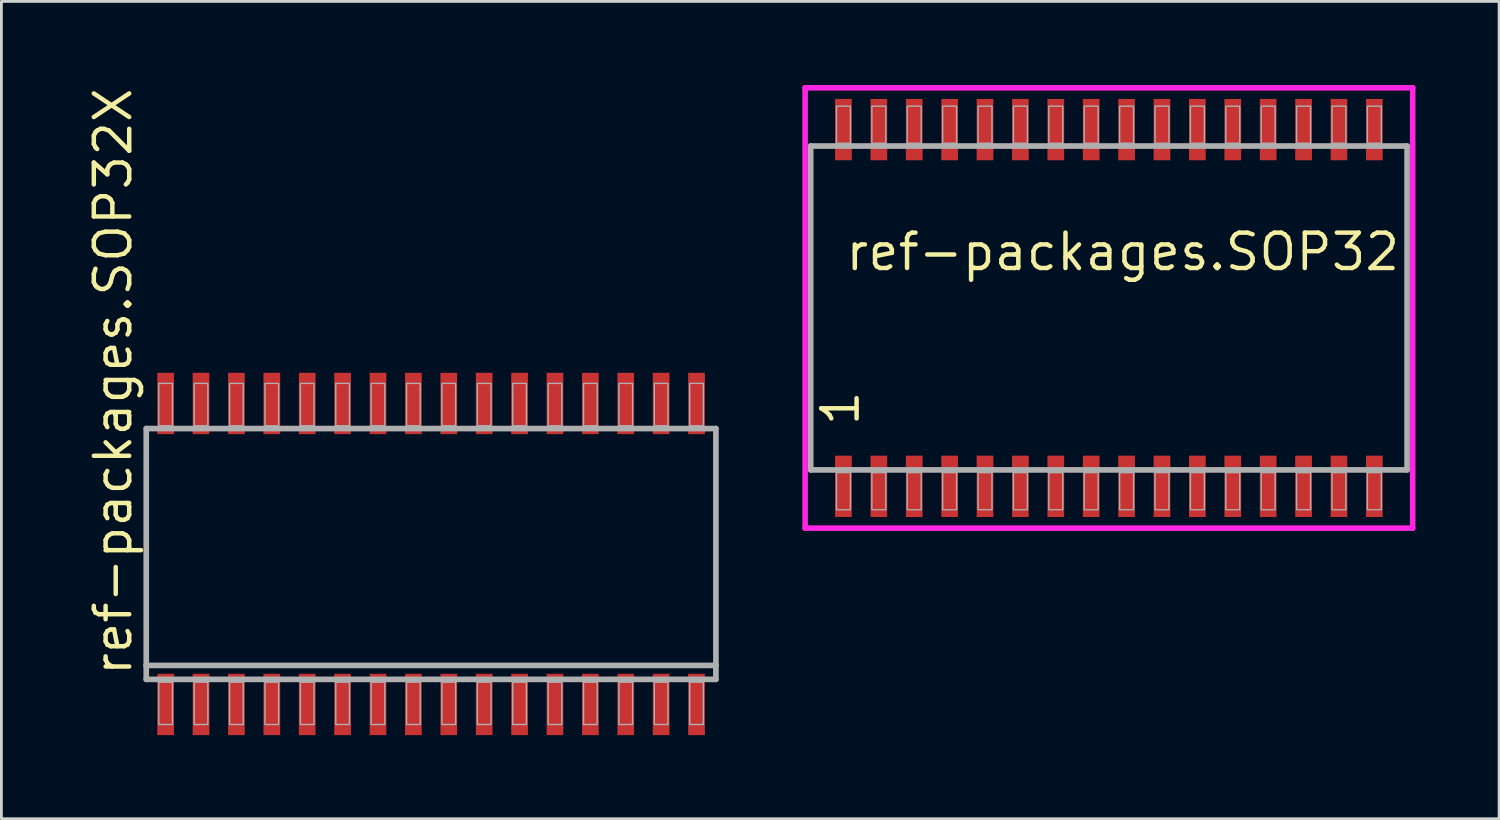
<source format=kicad_pcb>
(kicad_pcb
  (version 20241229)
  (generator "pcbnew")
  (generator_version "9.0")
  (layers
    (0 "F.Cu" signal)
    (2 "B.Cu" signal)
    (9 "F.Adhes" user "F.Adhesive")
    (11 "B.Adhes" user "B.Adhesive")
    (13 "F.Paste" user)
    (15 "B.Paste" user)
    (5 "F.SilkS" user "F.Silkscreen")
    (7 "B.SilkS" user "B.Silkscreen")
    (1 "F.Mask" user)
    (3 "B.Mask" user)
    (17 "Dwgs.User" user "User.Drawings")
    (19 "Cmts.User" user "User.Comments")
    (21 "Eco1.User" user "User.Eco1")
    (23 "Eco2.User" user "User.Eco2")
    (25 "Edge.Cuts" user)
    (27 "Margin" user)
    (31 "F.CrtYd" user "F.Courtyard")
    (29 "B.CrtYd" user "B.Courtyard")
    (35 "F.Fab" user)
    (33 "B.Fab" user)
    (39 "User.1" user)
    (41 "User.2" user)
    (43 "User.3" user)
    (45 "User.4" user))
  (footprint "ref-packages.SOP32"
    (layer "F.Cu")
    (at 36.739 8)
    (property "Reference" "ref-packages.SOP32" (at -9.525 -1.27 0) (layer "F.SilkS") (effects (font (size 1.27 1.27) (thickness 0.16)) (justify left bottom)))
    (attr smd)
    (fp_line (start -10.9 -7.9) (end 10.9 -7.9) (stroke (width 0.2) (type default)) (layer "F.CrtYd"))
    (fp_line (start -10.9 7.9) (end -10.9 -7.9) (stroke (width 0.2) (type default)) (layer "F.CrtYd"))
    (fp_line (start 10.9 -7.9) (end 10.9 7.9) (stroke (width 0.2) (type default)) (layer "F.CrtYd"))
    (fp_line (start 10.9 7.9) (end -10.9 7.9) (stroke (width 0.2) (type default)) (layer "F.CrtYd"))
    (fp_line (start -10.7 -5.81) (end 10.7 -5.81) (stroke (width 0.203) (type default)) (layer "F.Fab"))
    (fp_line (start -10.7 5.81) (end -10.7 -5.81) (stroke (width 0.203) (type default)) (layer "F.Fab"))
    (fp_line (start 10.7 -5.81) (end 10.7 5.81) (stroke (width 0.203) (type default)) (layer "F.Fab"))
    (fp_line (start 10.7 5.81) (end -10.7 5.81) (stroke (width 0.203) (type default)) (layer "F.Fab"))
    (fp_rect (start -9.775 -5.91) (end -9.275 -7.24) (stroke (width 0.05) (type default)) (fill no) (layer "F.Fab"))
    (fp_rect (start -9.775 7.24) (end -9.275 5.91) (stroke (width 0.05) (type default)) (fill no) (layer "F.Fab"))
    (fp_rect (start -8.505 -5.91) (end -8.005 -7.24) (stroke (width 0.05) (type default)) (fill no) (layer "F.Fab"))
    (fp_rect (start -8.505 7.24) (end -8.005 5.91) (stroke (width 0.05) (type default)) (fill no) (layer "F.Fab"))
    (fp_rect (start -7.235 -5.91) (end -6.735 -7.24) (stroke (width 0.05) (type default)) (fill no) (layer "F.Fab"))
    (fp_rect (start -7.235 7.24) (end -6.735 5.91) (stroke (width 0.05) (type default)) (fill no) (layer "F.Fab"))
    (fp_rect (start -5.965 -5.91) (end -5.465 -7.24) (stroke (width 0.05) (type default)) (fill no) (layer "F.Fab"))
    (fp_rect (start -5.965 7.24) (end -5.465 5.91) (stroke (width 0.05) (type default)) (fill no) (layer "F.Fab"))
    (fp_rect (start -4.695 -5.91) (end -4.195 -7.24) (stroke (width 0.05) (type default)) (fill no) (layer "F.Fab"))
    (fp_rect (start -4.695 7.24) (end -4.195 5.91) (stroke (width 0.05) (type default)) (fill no) (layer "F.Fab"))
    (fp_rect (start -3.425 -5.91) (end -2.925 -7.24) (stroke (width 0.05) (type default)) (fill no) (layer "F.Fab"))
    (fp_rect (start -3.425 7.24) (end -2.925 5.91) (stroke (width 0.05) (type default)) (fill no) (layer "F.Fab"))
    (fp_rect (start -2.155 -5.91) (end -1.655 -7.24) (stroke (width 0.05) (type default)) (fill no) (layer "F.Fab"))
    (fp_rect (start -2.155 7.24) (end -1.655 5.91) (stroke (width 0.05) (type default)) (fill no) (layer "F.Fab"))
    (fp_rect (start -0.885 -5.91) (end -0.385 -7.24) (stroke (width 0.05) (type default)) (fill no) (layer "F.Fab"))
    (fp_rect (start -0.885 7.24) (end -0.385 5.91) (stroke (width 0.05) (type default)) (fill no) (layer "F.Fab"))
    (fp_rect (start 0.385 -5.91) (end 0.885 -7.24) (stroke (width 0.05) (type default)) (fill no) (layer "F.Fab"))
    (fp_rect (start 0.385 7.24) (end 0.885 5.91) (stroke (width 0.05) (type default)) (fill no) (layer "F.Fab"))
    (fp_rect (start 1.655 -5.91) (end 2.155 -7.24) (stroke (width 0.05) (type default)) (fill no) (layer "F.Fab"))
    (fp_rect (start 1.655 7.24) (end 2.155 5.91) (stroke (width 0.05) (type default)) (fill no) (layer "F.Fab"))
    (fp_rect (start 2.925 -5.91) (end 3.425 -7.24) (stroke (width 0.05) (type default)) (fill no) (layer "F.Fab"))
    (fp_rect (start 2.925 7.24) (end 3.425 5.91) (stroke (width 0.05) (type default)) (fill no) (layer "F.Fab"))
    (fp_rect (start 4.195 -5.91) (end 4.695 -7.24) (stroke (width 0.05) (type default)) (fill no) (layer "F.Fab"))
    (fp_rect (start 4.195 7.24) (end 4.695 5.91) (stroke (width 0.05) (type default)) (fill no) (layer "F.Fab"))
    (fp_rect (start 5.465 -5.91) (end 5.965 -7.24) (stroke (width 0.05) (type default)) (fill no) (layer "F.Fab"))
    (fp_rect (start 5.465 7.24) (end 5.965 5.91) (stroke (width 0.05) (type default)) (fill no) (layer "F.Fab"))
    (fp_rect (start 6.735 -5.91) (end 7.235 -7.24) (stroke (width 0.05) (type default)) (fill no) (layer "F.Fab"))
    (fp_rect (start 6.735 7.24) (end 7.235 5.91) (stroke (width 0.05) (type default)) (fill no) (layer "F.Fab"))
    (fp_rect (start 8.005 -5.91) (end 8.505 -7.24) (stroke (width 0.05) (type default)) (fill no) (layer "F.Fab"))
    (fp_rect (start 8.005 7.24) (end 8.505 5.91) (stroke (width 0.05) (type default)) (fill no) (layer "F.Fab"))
    (fp_rect (start 9.275 -5.91) (end 9.775 -7.24) (stroke (width 0.05) (type default)) (fill no) (layer "F.Fab"))
    (fp_rect (start 9.275 7.24) (end 9.775 5.91) (stroke (width 0.05) (type default)) (fill no) (layer "F.Fab"))
    (fp_text user "1" (at -8.89 4.31 90) (layer "F.SilkS") (effects (font (size 1.27 1.27) (thickness 0.16)) (justify left bottom)))
    (pad "1" smd roundrect (at -9.525 6.4) (size 0.6 2.2) (layers "F.Cu" "F.Mask" "F.Paste") (roundrect_rratio 0.01))
    (pad "2" smd roundrect (at -8.255 6.4) (size 0.6 2.2) (layers "F.Cu" "F.Mask" "F.Paste") (roundrect_rratio 0.01))
    (pad "3" smd roundrect (at -6.985 6.4) (size 0.6 2.2) (layers "F.Cu" "F.Mask" "F.Paste") (roundrect_rratio 0.01))
    (pad "4" smd roundrect (at -5.715 6.4) (size 0.6 2.2) (layers "F.Cu" "F.Mask" "F.Paste") (roundrect_rratio 0.01))
    (pad "5" smd roundrect (at -4.445 6.4) (size 0.6 2.2) (layers "F.Cu" "F.Mask" "F.Paste") (roundrect_rratio 0.01))
    (pad "6" smd roundrect (at -3.175 6.4) (size 0.6 2.2) (layers "F.Cu" "F.Mask" "F.Paste") (roundrect_rratio 0.01))
    (pad "7" smd roundrect (at -1.905 6.4) (size 0.6 2.2) (layers "F.Cu" "F.Mask" "F.Paste") (roundrect_rratio 0.01))
    (pad "8" smd roundrect (at -0.635 6.4) (size 0.6 2.2) (layers "F.Cu" "F.Mask" "F.Paste") (roundrect_rratio 0.01))
    (pad "9" smd roundrect (at 0.635 6.4) (size 0.6 2.2) (layers "F.Cu" "F.Mask" "F.Paste") (roundrect_rratio 0.01))
    (pad "10" smd roundrect (at 1.905 6.4) (size 0.6 2.2) (layers "F.Cu" "F.Mask" "F.Paste") (roundrect_rratio 0.01))
    (pad "11" smd roundrect (at 3.175 6.4) (size 0.6 2.2) (layers "F.Cu" "F.Mask" "F.Paste") (roundrect_rratio 0.01))
    (pad "12" smd roundrect (at 4.445 6.4) (size 0.6 2.2) (layers "F.Cu" "F.Mask" "F.Paste") (roundrect_rratio 0.01))
    (pad "13" smd roundrect (at 5.715 6.4) (size 0.6 2.2) (layers "F.Cu" "F.Mask" "F.Paste") (roundrect_rratio 0.01))
    (pad "14" smd roundrect (at 6.985 6.4) (size 0.6 2.2) (layers "F.Cu" "F.Mask" "F.Paste") (roundrect_rratio 0.01))
    (pad "15" smd roundrect (at 8.255 6.4) (size 0.6 2.2) (layers "F.Cu" "F.Mask" "F.Paste") (roundrect_rratio 0.01))
    (pad "16" smd roundrect (at 9.525 6.4) (size 0.6 2.2) (layers "F.Cu" "F.Mask" "F.Paste") (roundrect_rratio 0.01))
    (pad "17" smd roundrect (at 9.525 -6.4) (size 0.6 2.2) (layers "F.Cu" "F.Mask" "F.Paste") (roundrect_rratio 0.01))
    (pad "18" smd roundrect (at 8.255 -6.4) (size 0.6 2.2) (layers "F.Cu" "F.Mask" "F.Paste") (roundrect_rratio 0.01))
    (pad "19" smd roundrect (at 6.985 -6.4) (size 0.6 2.2) (layers "F.Cu" "F.Mask" "F.Paste") (roundrect_rratio 0.01))
    (pad "20" smd roundrect (at 5.715 -6.4) (size 0.6 2.2) (layers "F.Cu" "F.Mask" "F.Paste") (roundrect_rratio 0.01))
    (pad "21" smd roundrect (at 4.445 -6.4) (size 0.6 2.2) (layers "F.Cu" "F.Mask" "F.Paste") (roundrect_rratio 0.01))
    (pad "22" smd roundrect (at 3.175 -6.4) (size 0.6 2.2) (layers "F.Cu" "F.Mask" "F.Paste") (roundrect_rratio 0.01))
    (pad "23" smd roundrect (at 1.905 -6.4) (size 0.6 2.2) (layers "F.Cu" "F.Mask" "F.Paste") (roundrect_rratio 0.01))
    (pad "24" smd roundrect (at 0.635 -6.4) (size 0.6 2.2) (layers "F.Cu" "F.Mask" "F.Paste") (roundrect_rratio 0.01))
    (pad "25" smd roundrect (at -0.635 -6.4) (size 0.6 2.2) (layers "F.Cu" "F.Mask" "F.Paste") (roundrect_rratio 0.01))
    (pad "26" smd roundrect (at -1.905 -6.4) (size 0.6 2.2) (layers "F.Cu" "F.Mask" "F.Paste") (roundrect_rratio 0.01))
    (pad "27" smd roundrect (at -3.175 -6.4) (size 0.6 2.2) (layers "F.Cu" "F.Mask" "F.Paste") (roundrect_rratio 0.01))
    (pad "28" smd roundrect (at -4.445 -6.4) (size 0.6 2.2) (layers "F.Cu" "F.Mask" "F.Paste") (roundrect_rratio 0.01))
    (pad "29" smd roundrect (at -5.715 -6.4) (size 0.6 2.2) (layers "F.Cu" "F.Mask" "F.Paste") (roundrect_rratio 0.01))
    (pad "30" smd roundrect (at -6.985 -6.4) (size 0.6 2.2) (layers "F.Cu" "F.Mask" "F.Paste") (roundrect_rratio 0.01))
    (pad "31" smd roundrect (at -8.255 -6.4) (size 0.6 2.2) (layers "F.Cu" "F.Mask" "F.Paste") (roundrect_rratio 0.01))
    (pad "32" smd roundrect (at -9.525 -6.4) (size 0.6 2.2) (layers "F.Cu" "F.Mask" "F.Paste") (roundrect_rratio 0.01)))
  (footprint "ref-packages.SOP32X"
    (layer "F.Cu")
    (at 12.418 16.827)
    (property "Reference" "ref-packages.SOP32X" (at -10.668 4.445 90) (layer "F.SilkS") (effects (font (size 1.27 1.27) (thickness 0.16)) (justify left bottom)))
    (attr smd)
    (fp_line (start -10.22 -4.5) (end 10.22 -4.5) (stroke (width 0.203) (type default)) (layer "F.Fab"))
    (fp_line (start -10.22 4) (end -10.22 -4.5) (stroke (width 0.203) (type default)) (layer "F.Fab"))
    (fp_line (start -10.22 4.5) (end -10.22 4) (stroke (width 0.203) (type default)) (layer "F.Fab"))
    (fp_line (start 10.22 -4.5) (end 10.22 4) (stroke (width 0.203) (type default)) (layer "F.Fab"))
    (fp_line (start 10.22 4) (end -10.22 4) (stroke (width 0.203) (type default)) (layer "F.Fab"))
    (fp_line (start 10.22 4) (end 10.22 4.5) (stroke (width 0.203) (type default)) (layer "F.Fab"))
    (fp_line (start 10.22 4.5) (end -10.22 4.5) (stroke (width 0.203) (type default)) (layer "F.Fab"))
    (fp_rect (start -9.77 -4.6) (end -9.28 -6.12) (stroke (width 0.05) (type default)) (fill no) (layer "F.Fab"))
    (fp_rect (start -9.77 6.12) (end -9.28 4.6) (stroke (width 0.05) (type default)) (fill no) (layer "F.Fab"))
    (fp_rect (start -8.5 -4.6) (end -8.01 -6.12) (stroke (width 0.05) (type default)) (fill no) (layer "F.Fab"))
    (fp_rect (start -8.5 6.12) (end -8.01 4.6) (stroke (width 0.05) (type default)) (fill no) (layer "F.Fab"))
    (fp_rect (start -7.23 -4.6) (end -6.74 -6.12) (stroke (width 0.05) (type default)) (fill no) (layer "F.Fab"))
    (fp_rect (start -7.23 6.12) (end -6.74 4.6) (stroke (width 0.05) (type default)) (fill no) (layer "F.Fab"))
    (fp_rect (start -5.96 -4.6) (end -5.47 -6.12) (stroke (width 0.05) (type default)) (fill no) (layer "F.Fab"))
    (fp_rect (start -5.96 6.12) (end -5.47 4.6) (stroke (width 0.05) (type default)) (fill no) (layer "F.Fab"))
    (fp_rect (start -4.69 -4.6) (end -4.2 -6.12) (stroke (width 0.05) (type default)) (fill no) (layer "F.Fab"))
    (fp_rect (start -4.69 6.12) (end -4.2 4.6) (stroke (width 0.05) (type default)) (fill no) (layer "F.Fab"))
    (fp_rect (start -3.42 -4.6) (end -2.93 -6.12) (stroke (width 0.05) (type default)) (fill no) (layer "F.Fab"))
    (fp_rect (start -3.42 6.12) (end -2.93 4.6) (stroke (width 0.05) (type default)) (fill no) (layer "F.Fab"))
    (fp_rect (start -2.15 -4.6) (end -1.66 -6.12) (stroke (width 0.05) (type default)) (fill no) (layer "F.Fab"))
    (fp_rect (start -2.15 6.12) (end -1.66 4.6) (stroke (width 0.05) (type default)) (fill no) (layer "F.Fab"))
    (fp_rect (start -0.88 -4.6) (end -0.39 -6.12) (stroke (width 0.05) (type default)) (fill no) (layer "F.Fab"))
    (fp_rect (start -0.88 6.12) (end -0.39 4.6) (stroke (width 0.05) (type default)) (fill no) (layer "F.Fab"))
    (fp_rect (start 0.39 -4.6) (end 0.88 -6.12) (stroke (width 0.05) (type default)) (fill no) (layer "F.Fab"))
    (fp_rect (start 0.39 6.12) (end 0.88 4.6) (stroke (width 0.05) (type default)) (fill no) (layer "F.Fab"))
    (fp_rect (start 1.66 -4.6) (end 2.15 -6.12) (stroke (width 0.05) (type default)) (fill no) (layer "F.Fab"))
    (fp_rect (start 1.66 6.12) (end 2.15 4.6) (stroke (width 0.05) (type default)) (fill no) (layer "F.Fab"))
    (fp_rect (start 2.93 -4.6) (end 3.42 -6.12) (stroke (width 0.05) (type default)) (fill no) (layer "F.Fab"))
    (fp_rect (start 2.93 6.12) (end 3.42 4.6) (stroke (width 0.05) (type default)) (fill no) (layer "F.Fab"))
    (fp_rect (start 4.2 -4.6) (end 4.69 -6.12) (stroke (width 0.05) (type default)) (fill no) (layer "F.Fab"))
    (fp_rect (start 4.2 6.12) (end 4.69 4.6) (stroke (width 0.05) (type default)) (fill no) (layer "F.Fab"))
    (fp_rect (start 5.47 -4.6) (end 5.96 -6.12) (stroke (width 0.05) (type default)) (fill no) (layer "F.Fab"))
    (fp_rect (start 5.47 6.12) (end 5.96 4.6) (stroke (width 0.05) (type default)) (fill no) (layer "F.Fab"))
    (fp_rect (start 6.74 -4.6) (end 7.23 -6.12) (stroke (width 0.05) (type default)) (fill no) (layer "F.Fab"))
    (fp_rect (start 6.74 6.12) (end 7.23 4.6) (stroke (width 0.05) (type default)) (fill no) (layer "F.Fab"))
    (fp_rect (start 8.01 -4.6) (end 8.5 -6.12) (stroke (width 0.05) (type default)) (fill no) (layer "F.Fab"))
    (fp_rect (start 8.01 6.12) (end 8.5 4.6) (stroke (width 0.05) (type default)) (fill no) (layer "F.Fab"))
    (fp_rect (start 9.28 -4.6) (end 9.77 -6.12) (stroke (width 0.05) (type default)) (fill no) (layer "F.Fab"))
    (fp_rect (start 9.28 6.12) (end 9.77 4.6) (stroke (width 0.05) (type default)) (fill no) (layer "F.Fab"))
    (pad "1" smd roundrect (at -9.525 5.4) (size 0.6 2.2) (layers "F.Cu" "F.Mask" "F.Paste") (roundrect_rratio 0.01))
    (pad "2" smd roundrect (at -8.255 5.4) (size 0.6 2.2) (layers "F.Cu" "F.Mask" "F.Paste") (roundrect_rratio 0.01))
    (pad "3" smd roundrect (at -6.985 5.4) (size 0.6 2.2) (layers "F.Cu" "F.Mask" "F.Paste") (roundrect_rratio 0.01))
    (pad "4" smd roundrect (at -5.715 5.4) (size 0.6 2.2) (layers "F.Cu" "F.Mask" "F.Paste") (roundrect_rratio 0.01))
    (pad "5" smd roundrect (at -4.445 5.4) (size 0.6 2.2) (layers "F.Cu" "F.Mask" "F.Paste") (roundrect_rratio 0.01))
    (pad "6" smd roundrect (at -3.175 5.4) (size 0.6 2.2) (layers "F.Cu" "F.Mask" "F.Paste") (roundrect_rratio 0.01))
    (pad "7" smd roundrect (at -1.905 5.4) (size 0.6 2.2) (layers "F.Cu" "F.Mask" "F.Paste") (roundrect_rratio 0.01))
    (pad "8" smd roundrect (at -0.635 5.4) (size 0.6 2.2) (layers "F.Cu" "F.Mask" "F.Paste") (roundrect_rratio 0.01))
    (pad "9" smd roundrect (at 0.635 5.4) (size 0.6 2.2) (layers "F.Cu" "F.Mask" "F.Paste") (roundrect_rratio 0.01))
    (pad "10" smd roundrect (at 1.905 5.4) (size 0.6 2.2) (layers "F.Cu" "F.Mask" "F.Paste") (roundrect_rratio 0.01))
    (pad "11" smd roundrect (at 3.175 5.4) (size 0.6 2.2) (layers "F.Cu" "F.Mask" "F.Paste") (roundrect_rratio 0.01))
    (pad "12" smd roundrect (at 4.445 5.4) (size 0.6 2.2) (layers "F.Cu" "F.Mask" "F.Paste") (roundrect_rratio 0.01))
    (pad "13" smd roundrect (at 5.715 5.4) (size 0.6 2.2) (layers "F.Cu" "F.Mask" "F.Paste") (roundrect_rratio 0.01))
    (pad "14" smd roundrect (at 6.985 5.4) (size 0.6 2.2) (layers "F.Cu" "F.Mask" "F.Paste") (roundrect_rratio 0.01))
    (pad "15" smd roundrect (at 8.255 5.4) (size 0.6 2.2) (layers "F.Cu" "F.Mask" "F.Paste") (roundrect_rratio 0.01))
    (pad "16" smd roundrect (at 9.525 5.4) (size 0.6 2.2) (layers "F.Cu" "F.Mask" "F.Paste") (roundrect_rratio 0.01))
    (pad "17" smd roundrect (at 9.525 -5.4) (size 0.6 2.2) (layers "F.Cu" "F.Mask" "F.Paste") (roundrect_rratio 0.01))
    (pad "18" smd roundrect (at 8.255 -5.4) (size 0.6 2.2) (layers "F.Cu" "F.Mask" "F.Paste") (roundrect_rratio 0.01))
    (pad "19" smd roundrect (at 6.985 -5.4) (size 0.6 2.2) (layers "F.Cu" "F.Mask" "F.Paste") (roundrect_rratio 0.01))
    (pad "20" smd roundrect (at 5.715 -5.4) (size 0.6 2.2) (layers "F.Cu" "F.Mask" "F.Paste") (roundrect_rratio 0.01))
    (pad "21" smd roundrect (at 4.445 -5.4) (size 0.6 2.2) (layers "F.Cu" "F.Mask" "F.Paste") (roundrect_rratio 0.01))
    (pad "22" smd roundrect (at 3.175 -5.4) (size 0.6 2.2) (layers "F.Cu" "F.Mask" "F.Paste") (roundrect_rratio 0.01))
    (pad "23" smd roundrect (at 1.905 -5.4) (size 0.6 2.2) (layers "F.Cu" "F.Mask" "F.Paste") (roundrect_rratio 0.01))
    (pad "24" smd roundrect (at 0.635 -5.4) (size 0.6 2.2) (layers "F.Cu" "F.Mask" "F.Paste") (roundrect_rratio 0.01))
    (pad "25" smd roundrect (at -0.635 -5.4) (size 0.6 2.2) (layers "F.Cu" "F.Mask" "F.Paste") (roundrect_rratio 0.01))
    (pad "26" smd roundrect (at -1.905 -5.4) (size 0.6 2.2) (layers "F.Cu" "F.Mask" "F.Paste") (roundrect_rratio 0.01))
    (pad "27" smd roundrect (at -3.175 -5.4) (size 0.6 2.2) (layers "F.Cu" "F.Mask" "F.Paste") (roundrect_rratio 0.01))
    (pad "28" smd roundrect (at -4.445 -5.4) (size 0.6 2.2) (layers "F.Cu" "F.Mask" "F.Paste") (roundrect_rratio 0.01))
    (pad "29" smd roundrect (at -5.715 -5.4) (size 0.6 2.2) (layers "F.Cu" "F.Mask" "F.Paste") (roundrect_rratio 0.01))
    (pad "30" smd roundrect (at -6.985 -5.4) (size 0.6 2.2) (layers "F.Cu" "F.Mask" "F.Paste") (roundrect_rratio 0.01))
    (pad "31" smd roundrect (at -8.255 -5.4) (size 0.6 2.2) (layers "F.Cu" "F.Mask" "F.Paste") (roundrect_rratio 0.01))
    (pad "32" smd roundrect (at -9.525 -5.4) (size 0.6 2.2) (layers "F.Cu" "F.Mask" "F.Paste") (roundrect_rratio 0.01)))
  (gr_rect
    (start -3 -3)
    (end 50.739 26.327)
    (stroke (width 0.1) (type default))
    (fill no)
    (layer "Edge.Cuts")))
</source>
